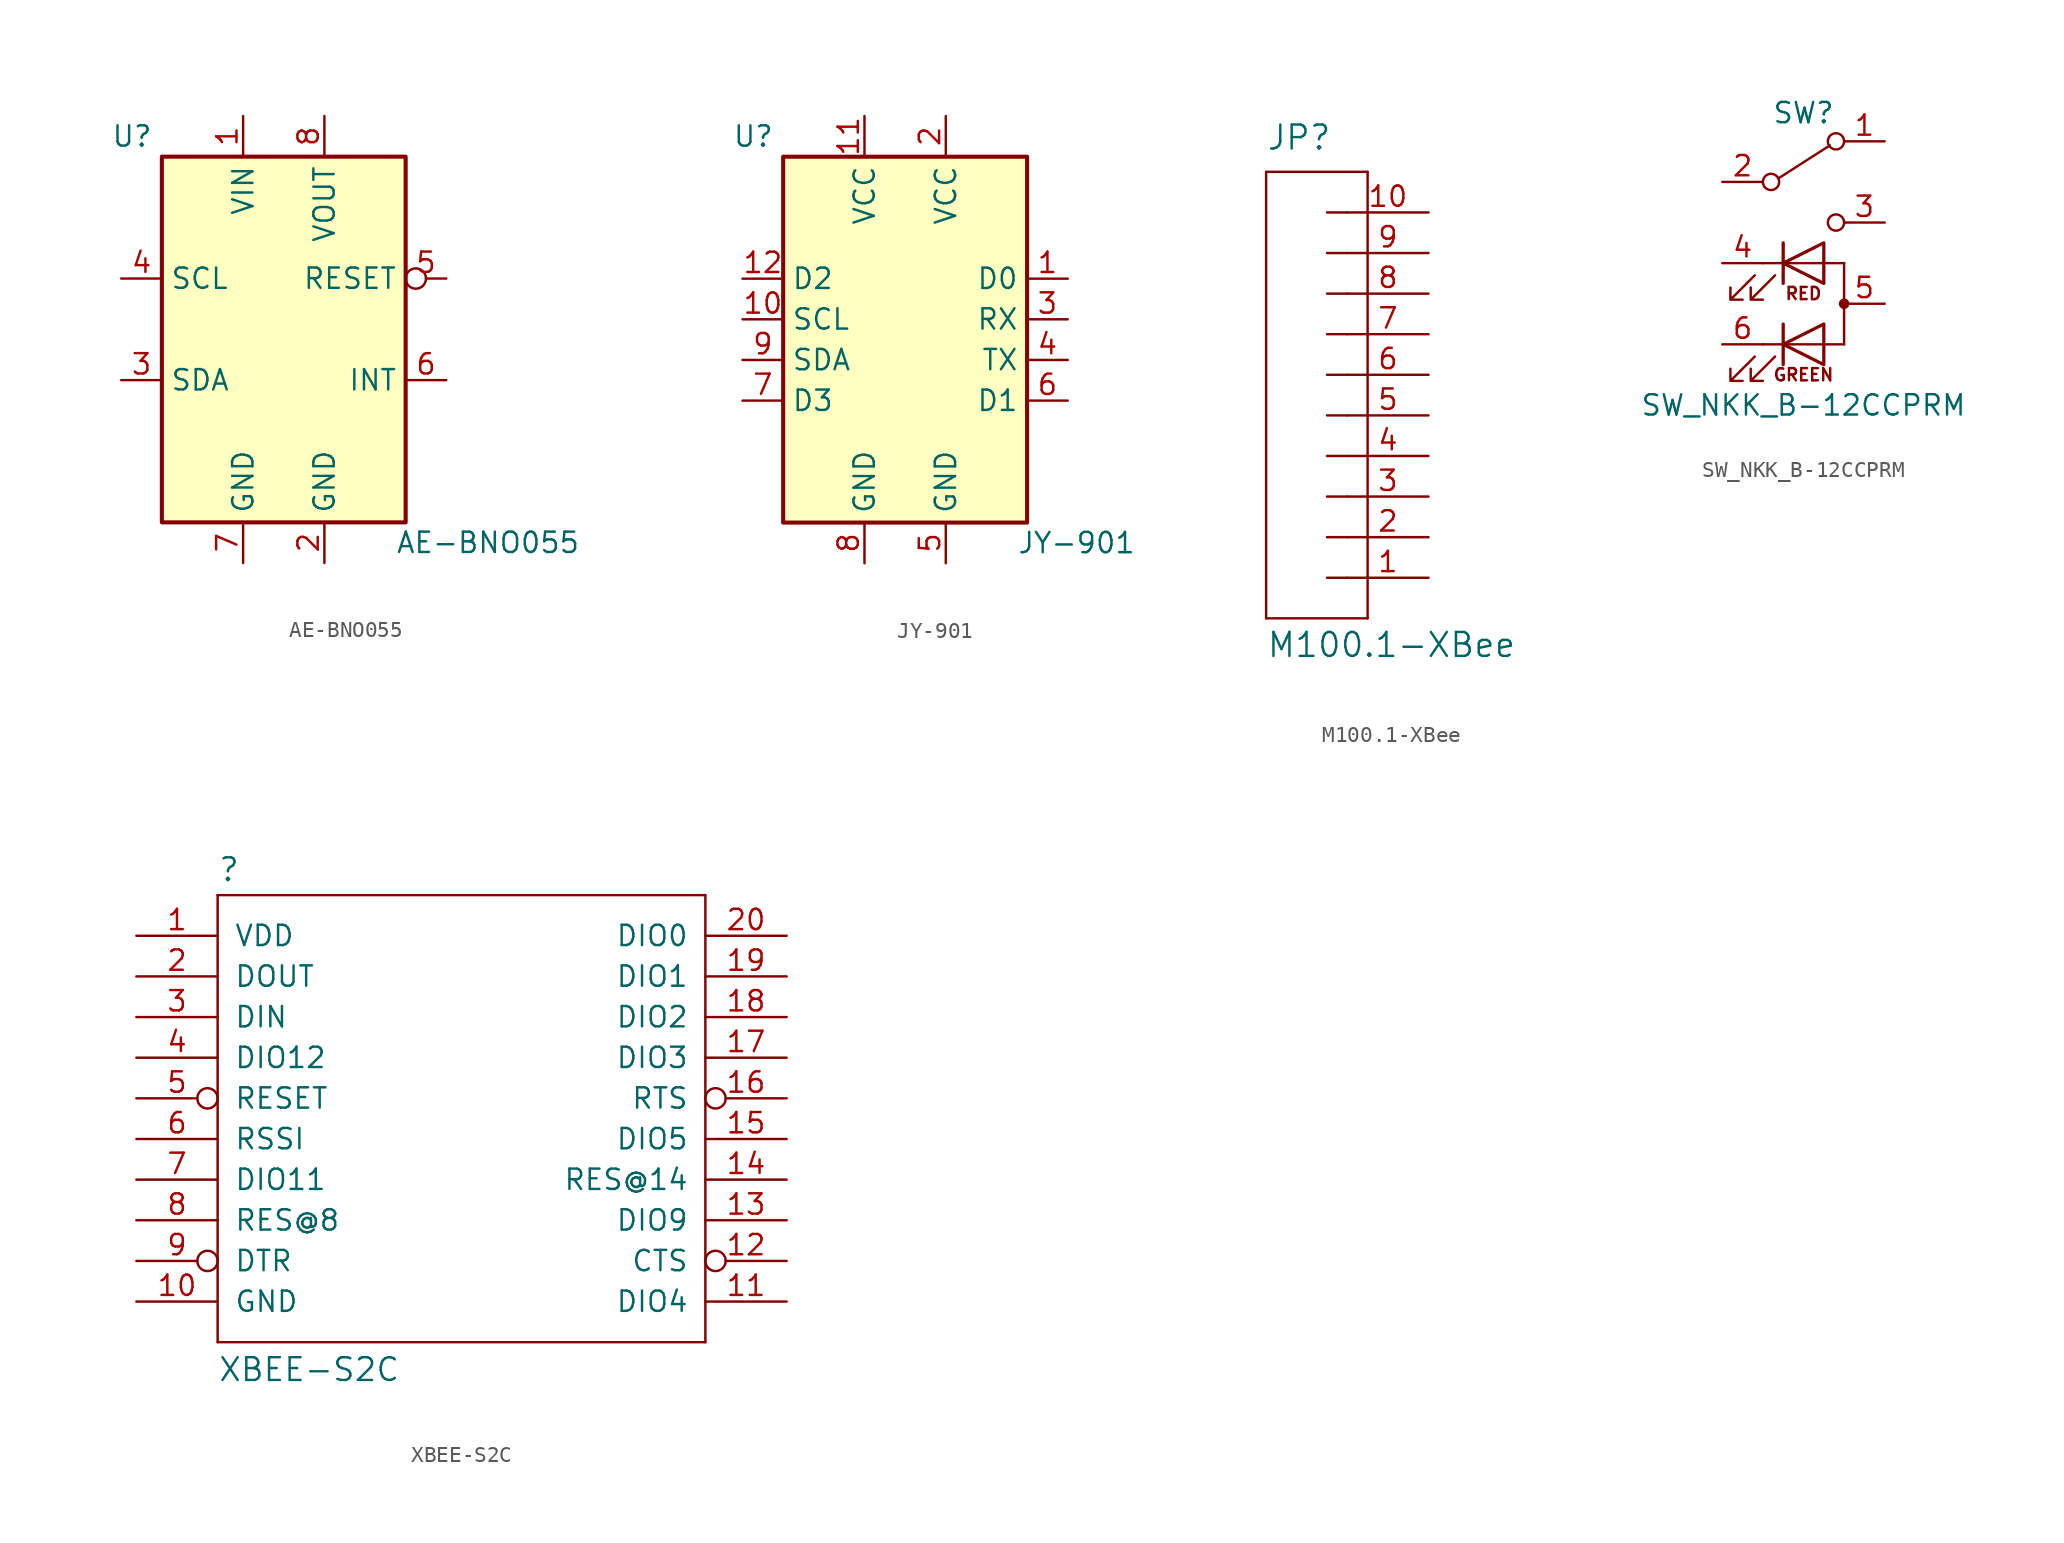
<source format=kicad_sym>
(kicad_symbol_lib
  (version 20211014)
  (generator kicad_symbol_editor)
  (symbol "AE-BNO055"
    (property "Reference" "U"
      (at -10.795 11.43 0)
      (effects (font (size 1.27 1.27)) (justify left)))
    (property "Value" "AE-BNO055"
      (at 6.985 -13.97 0)
      (effects (font (size 1.27 1.27)) (justify left)))
    (symbol "AE-BNO055_0_1"
      (rectangle (start 7.62 10.16) (end -7.62 -12.7) (stroke (width 0.254) (type default) (color 0 0 0 0)) (fill (type background))))
    (symbol "AE-BNO055_1_1"
      (pin power_in line (at -2.54 12.7 270) (length 2.54) (name "VIN" (effects (font (size 1.27 1.27)))) (number "1" (effects (font (size 1.27 1.27)))))
      (pin power_in line (at 2.54 -15.24 90) (length 2.54) (name "GND" (effects (font (size 1.27 1.27)))) (number "2" (effects (font (size 1.27 1.27)))))
      (pin passive line (at -10.16 -3.81 0) (length 2.54) (name "SDA" (effects (font (size 1.27 1.27)))) (number "3" (effects (font (size 1.27 1.27)))))
      (pin passive line (at -10.16 2.54 0) (length 2.54) (name "SCL" (effects (font (size 1.27 1.27)))) (number "4" (effects (font (size 1.27 1.27)))))
      (pin input inverted (at 10.16 2.54 180) (length 2.54) (name "RESET" (effects (font (size 1.27 1.27)))) (number "5" (effects (font (size 1.27 1.27)))))
      (pin open_collector line (at 10.16 -3.81 180) (length 2.54) (name "INT" (effects (font (size 1.27 1.27)))) (number "6" (effects (font (size 1.27 1.27)))))
      (pin input line (at -2.54 -15.24 90) (length 2.54) (name "GND" (effects (font (size 1.27 1.27)))) (number "7" (effects (font (size 1.27 1.27)))))
      (pin output line (at 2.54 12.7 270) (length 2.54) (name "VOUT" (effects (font (size 1.27 1.27)))) (number "8" (effects (font (size 1.27 1.27)))))))
  (symbol "JY-901"
    (property "Reference" "U"
      (at -10.795 11.43 0)
      (effects (font (size 1.27 1.27)) (justify left)))
    (property "Value" "JY-901"
      (at 6.985 -13.97 0)
      (effects (font (size 1.27 1.27)) (justify left)))
    (symbol "JY-901_0_1"
      (rectangle (start 7.62 10.16) (end -7.62 -12.7) (stroke (width 0.254) (type default) (color 0 0 0 0)) (fill (type background))))
    (symbol "JY-901_1_1"
      (pin passive line (at 10.16 2.54 180) (length 2.54) (name "D0" (effects (font (size 1.27 1.27)))) (number "1" (effects (font (size 1.27 1.27)))))
      (pin passive line (at -10.16 0 0) (length 2.54) (name "SCL" (effects (font (size 1.27 1.27)))) (number "10" (effects (font (size 1.27 1.27)))))
      (pin power_in line (at -2.54 12.7 270) (length 2.54) (name "VCC" (effects (font (size 1.27 1.27)))) (number "11" (effects (font (size 1.27 1.27)))))
      (pin passive line (at -10.16 2.54 0) (length 2.54) (name "D2" (effects (font (size 1.27 1.27)))) (number "12" (effects (font (size 1.27 1.27)))))
      (pin power_in line (at 2.54 12.7 270) (length 2.54) (name "VCC" (effects (font (size 1.27 1.27)))) (number "2" (effects (font (size 1.27 1.27)))))
      (pin input line (at 10.16 0 180) (length 2.54) (name "RX" (effects (font (size 1.27 1.27)))) (number "3" (effects (font (size 1.27 1.27)))))
      (pin output line (at 10.16 -2.54 180) (length 2.54) (name "TX" (effects (font (size 1.27 1.27)))) (number "4" (effects (font (size 1.27 1.27)))))
      (pin power_in line (at 2.54 -15.24 90) (length 2.54) (name "GND" (effects (font (size 1.27 1.27)))) (number "5" (effects (font (size 1.27 1.27)))))
      (pin passive line (at 10.16 -5.08 180) (length 2.54) (name "D1" (effects (font (size 1.27 1.27)))) (number "6" (effects (font (size 1.27 1.27)))))
      (pin passive line (at -10.16 -5.08 0) (length 2.54) (name "D3" (effects (font (size 1.27 1.27)))) (number "7" (effects (font (size 1.27 1.27)))))
      (pin power_in line (at -2.54 -15.24 90) (length 2.54) (name "GND" (effects (font (size 1.27 1.27)))) (number "8" (effects (font (size 1.27 1.27)))))
      (pin passive line (at -10.16 -2.54 0) (length 2.54) (name "SDA" (effects (font (size 1.27 1.27)))) (number "9" (effects (font (size 1.27 1.27)))))))
  (symbol "M100.1-XBee"
    (pin_names
      (offset 1.016))
    (property "Reference" "JP"
      (at 0 8.89 0)
      (effects (font (size 1.499 1.499)) (justify left bottom)))
    (property "Value" "M100.1-XBee"
      (at 0 -22.86 0)
      (effects (font (size 1.499 1.499)) (justify left bottom)))
    (property "ki_locked" ""
      (at 0 0 0)
      (effects (font (size 1.27 1.27))))
    (symbol "M100.1-XBee_1_0"
      (polyline (pts (xy 0 7.62) (xy 0 -20.32)) (stroke (width 0) (type default) (color 0 0 0 0)) (fill (type none)))
      (polyline (pts (xy 0 7.62) (xy 6.35 7.62)) (stroke (width 0) (type default) (color 0 0 0 0)) (fill (type none)))
      (polyline (pts (xy 3.81 -17.78) (xy 5.08 -17.78)) (stroke (width 0) (type default) (color 0 0 0 0)) (fill (type none)))
      (polyline (pts (xy 3.81 -15.24) (xy 5.08 -15.24)) (stroke (width 0) (type default) (color 0 0 0 0)) (fill (type none)))
      (polyline (pts (xy 3.81 -12.7) (xy 5.08 -12.7)) (stroke (width 0) (type default) (color 0 0 0 0)) (fill (type none)))
      (polyline (pts (xy 3.81 -10.16) (xy 5.08 -10.16)) (stroke (width 0) (type default) (color 0 0 0 0)) (fill (type none)))
      (polyline (pts (xy 3.81 -7.62) (xy 5.08 -7.62)) (stroke (width 0) (type default) (color 0 0 0 0)) (fill (type none)))
      (polyline (pts (xy 3.81 -5.08) (xy 5.08 -5.08)) (stroke (width 0) (type default) (color 0 0 0 0)) (fill (type none)))
      (polyline (pts (xy 3.81 -2.54) (xy 5.08 -2.54)) (stroke (width 0) (type default) (color 0 0 0 0)) (fill (type none)))
      (polyline (pts (xy 3.81 0) (xy 5.08 0)) (stroke (width 0) (type default) (color 0 0 0 0)) (fill (type none)))
      (polyline (pts (xy 3.81 2.54) (xy 5.08 2.54)) (stroke (width 0) (type default) (color 0 0 0 0)) (fill (type none)))
      (polyline (pts (xy 3.81 5.08) (xy 5.08 5.08)) (stroke (width 0) (type default) (color 0 0 0 0)) (fill (type none)))
      (polyline (pts (xy 6.35 -20.32) (xy 0 -20.32)) (stroke (width 0) (type default) (color 0 0 0 0)) (fill (type none)))
      (polyline (pts (xy 6.35 -20.32) (xy 6.35 7.62)) (stroke (width 0) (type default) (color 0 0 0 0)) (fill (type none)))
      (pin passive line (at 10.16 -17.78 180) (length 5.08) (name "1" (effects (font (size 0 0)))) (number "1" (effects (font (size 1.27 1.27)))))
      (pin passive line (at 10.16 5.08 180) (length 5.08) (name "10" (effects (font (size 0 0)))) (number "10" (effects (font (size 1.27 1.27)))))
      (pin passive line (at 10.16 -15.24 180) (length 5.08) (name "2" (effects (font (size 0 0)))) (number "2" (effects (font (size 1.27 1.27)))))
      (pin passive line (at 10.16 -12.7 180) (length 5.08) (name "3" (effects (font (size 0 0)))) (number "3" (effects (font (size 1.27 1.27)))))
      (pin passive line (at 10.16 -10.16 180) (length 5.08) (name "4" (effects (font (size 0 0)))) (number "4" (effects (font (size 1.27 1.27)))))
      (pin passive line (at 10.16 -7.62 180) (length 5.08) (name "5" (effects (font (size 0 0)))) (number "5" (effects (font (size 1.27 1.27)))))
      (pin passive line (at 10.16 -5.08 180) (length 5.08) (name "6" (effects (font (size 0 0)))) (number "6" (effects (font (size 1.27 1.27)))))
      (pin passive line (at 10.16 -2.54 180) (length 5.08) (name "7" (effects (font (size 0 0)))) (number "7" (effects (font (size 1.27 1.27)))))
      (pin passive line (at 10.16 0 180) (length 5.08) (name "8" (effects (font (size 0 0)))) (number "8" (effects (font (size 1.27 1.27)))))
      (pin passive line (at 10.16 2.54 180) (length 5.08) (name "9" (effects (font (size 0 0)))) (number "9" (effects (font (size 1.27 1.27)))))))
  (symbol "SW_NKK_B-12CCPRM"
    (pin_names
      (offset 1.016) hide)
    (property "Reference" "SW"
      (at 0 9.398 0)
      (effects (font (size 1.27 1.27))))
    (property "Value" "SW_NKK_B-12CCPRM"
      (at 0 -8.89 0)
      (effects (font (size 1.27 1.27))))
    (symbol "SW_NKK_B-12CCPRM_0_0"
      (circle (center -2.032 5.08) (radius 0.508) (stroke (width 0) (type default) (color 0 0 0 0)) (fill (type none)))
      (polyline (pts (xy -2.54 -5.08) (xy 2.54 -5.08)) (stroke (width 0) (type default) (color 0 0 0 0)) (fill (type none)))
      (polyline (pts (xy -2.54 0) (xy 2.54 0)) (stroke (width 0) (type default) (color 0 0 0 0)) (fill (type none)))
      (circle (center 2.032 2.54) (radius 0.508) (stroke (width 0) (type default) (color 0 0 0 0)) (fill (type none)))
      (text "GREEN" (at 0 -6.985 0) (effects (font (size 0.762 0.762))))
      (text "RED" (at 0 -1.905 0) (effects (font (size 0.762 0.762)))))
    (symbol "SW_NKK_B-12CCPRM_0_1"
      (polyline (pts (xy -1.524 5.334) (xy 1.651 7.366)) (stroke (width 0) (type default) (color 0 0 0 0)) (fill (type none)))
      (polyline (pts (xy -1.27 -6.35) (xy -1.27 -3.81)) (stroke (width 0.203) (type default) (color 0 0 0 0)) (fill (type none)))
      (polyline (pts (xy -1.27 -1.27) (xy -1.27 1.27)) (stroke (width 0.203) (type default) (color 0 0 0 0)) (fill (type none)))
      (polyline (pts (xy 2.54 0) (xy 2.54 -5.08)) (stroke (width 0) (type default) (color 0 0 0 0)) (fill (type none)))
      (polyline (pts (xy 1.27 -6.35) (xy 1.27 -3.81) (xy -1.27 -5.08) (xy 1.27 -6.35)) (stroke (width 0.203) (type default) (color 0 0 0 0)) (fill (type none)))
      (polyline (pts (xy 1.27 -1.27) (xy 1.27 1.27) (xy -1.27 0) (xy 1.27 -1.27)) (stroke (width 0.203) (type default) (color 0 0 0 0)) (fill (type none)))
      (polyline (pts (xy -3.048 -5.842) (xy -4.572 -7.366) (xy -3.81 -7.366) (xy -4.572 -7.366) (xy -4.572 -6.604)) (stroke (width 0) (type default) (color 0 0 0 0)) (fill (type none)))
      (polyline (pts (xy -3.048 -0.762) (xy -4.572 -2.286) (xy -3.81 -2.286) (xy -4.572 -2.286) (xy -4.572 -1.524)) (stroke (width 0) (type default) (color 0 0 0 0)) (fill (type none)))
      (polyline (pts (xy -1.778 -5.842) (xy -3.302 -7.366) (xy -2.54 -7.366) (xy -3.302 -7.366) (xy -3.302 -6.604)) (stroke (width 0) (type default) (color 0 0 0 0)) (fill (type none)))
      (polyline (pts (xy -1.778 -0.762) (xy -3.302 -2.286) (xy -2.54 -2.286) (xy -3.302 -2.286) (xy -3.302 -1.524)) (stroke (width 0) (type default) (color 0 0 0 0)) (fill (type none)))
      (circle (center 2.032 7.62) (radius 0.508) (stroke (width 0) (type default) (color 0 0 0 0)) (fill (type none)))
      (circle (center 2.54 -2.54) (radius 0.254) (stroke (width 0) (type default) (color 0 0 0 0)) (fill (type outline)))
      (pin passive line (at -5.08 0 0) (length 2.54) (name "KR" (effects (font (size 1.27 1.27)))) (number "4" (effects (font (size 1.27 1.27)))))
      (pin passive line (at 5.08 -2.54 180) (length 2.54) (name "A" (effects (font (size 1.27 1.27)))) (number "5" (effects (font (size 1.27 1.27)))))
      (pin passive line (at -5.08 -5.08 0) (length 2.54) (name "KG" (effects (font (size 1.27 1.27)))) (number "6" (effects (font (size 1.27 1.27))))))
    (symbol "SW_NKK_B-12CCPRM_1_1"
      (pin passive line (at 5.08 7.62 180) (length 2.54) (name "A" (effects (font (size 1.27 1.27)))) (number "1" (effects (font (size 1.27 1.27)))))
      (pin passive line (at -5.08 5.08 0) (length 2.54) (name "B" (effects (font (size 1.27 1.27)))) (number "2" (effects (font (size 1.27 1.27)))))
      (pin passive line (at 5.08 2.54 180) (length 2.54) (name "C" (effects (font (size 1.27 1.27)))) (number "3" (effects (font (size 1.27 1.27)))))))
  (symbol "XBEE-S2C"
    (pin_names
      (offset 1.016))
    (property "Reference" ""
      (at -15.24 13.462 0)
      (effects (font (size 1.422 1.422)) (justify left bottom)))
    (property "Value" "XBEE-S2C"
      (at -15.24 -17.78 0)
      (effects (font (size 1.422 1.422)) (justify left bottom)))
    (property "ki_locked" ""
      (at 0 0 0)
      (effects (font (size 1.27 1.27))))
    (symbol "XBEE-S2C_1_0"
      (polyline (pts (xy -15.24 -15.24) (xy -15.24 12.7)) (stroke (width 0) (type default) (color 0 0 0 0)) (fill (type none)))
      (polyline (pts (xy -15.24 12.7) (xy 15.24 12.7)) (stroke (width 0) (type default) (color 0 0 0 0)) (fill (type none)))
      (polyline (pts (xy 15.24 -15.24) (xy -15.24 -15.24)) (stroke (width 0) (type default) (color 0 0 0 0)) (fill (type none)))
      (polyline (pts (xy 15.24 12.7) (xy 15.24 -15.24)) (stroke (width 0) (type default) (color 0 0 0 0)) (fill (type none)))
      (pin power_in line (at -20.32 10.16 0) (length 5.08) (name "VDD" (effects (font (size 1.27 1.27)))) (number "1" (effects (font (size 1.27 1.27)))))
      (pin power_in line (at -20.32 -12.7 0) (length 5.08) (name "GND" (effects (font (size 1.27 1.27)))) (number "10" (effects (font (size 1.27 1.27)))))
      (pin bidirectional line (at 20.32 -12.7 180) (length 5.08) (name "DIO4" (effects (font (size 1.27 1.27)))) (number "11" (effects (font (size 1.27 1.27)))))
      (pin output inverted (at 20.32 -10.16 180) (length 5.08) (name "CTS" (effects (font (size 1.27 1.27)))) (number "12" (effects (font (size 1.27 1.27)))))
      (pin bidirectional line (at 20.32 -7.62 180) (length 5.08) (name "DIO9" (effects (font (size 1.27 1.27)))) (number "13" (effects (font (size 1.27 1.27)))))
      (pin bidirectional line (at 20.32 -5.08 180) (length 5.08) (name "RES@14" (effects (font (size 1.27 1.27)))) (number "14" (effects (font (size 1.27 1.27)))))
      (pin bidirectional line (at 20.32 -2.54 180) (length 5.08) (name "DIO5" (effects (font (size 1.27 1.27)))) (number "15" (effects (font (size 1.27 1.27)))))
      (pin input inverted (at 20.32 0 180) (length 5.08) (name "RTS" (effects (font (size 1.27 1.27)))) (number "16" (effects (font (size 1.27 1.27)))))
      (pin bidirectional line (at 20.32 2.54 180) (length 5.08) (name "DIO3" (effects (font (size 1.27 1.27)))) (number "17" (effects (font (size 1.27 1.27)))))
      (pin bidirectional line (at 20.32 5.08 180) (length 5.08) (name "DIO2" (effects (font (size 1.27 1.27)))) (number "18" (effects (font (size 1.27 1.27)))))
      (pin bidirectional line (at 20.32 7.62 180) (length 5.08) (name "DIO1" (effects (font (size 1.27 1.27)))) (number "19" (effects (font (size 1.27 1.27)))))
      (pin output line (at -20.32 7.62 0) (length 5.08) (name "DOUT" (effects (font (size 1.27 1.27)))) (number "2" (effects (font (size 1.27 1.27)))))
      (pin bidirectional line (at 20.32 10.16 180) (length 5.08) (name "DIO0" (effects (font (size 1.27 1.27)))) (number "20" (effects (font (size 1.27 1.27)))))
      (pin input line (at -20.32 5.08 0) (length 5.08) (name "DIN" (effects (font (size 1.27 1.27)))) (number "3" (effects (font (size 1.27 1.27)))))
      (pin bidirectional line (at -20.32 2.54 0) (length 5.08) (name "DIO12" (effects (font (size 1.27 1.27)))) (number "4" (effects (font (size 1.27 1.27)))))
      (pin input inverted (at -20.32 0 0) (length 5.08) (name "RESET" (effects (font (size 1.27 1.27)))) (number "5" (effects (font (size 1.27 1.27)))))
      (pin bidirectional line (at -20.32 -2.54 0) (length 5.08) (name "RSSI" (effects (font (size 1.27 1.27)))) (number "6" (effects (font (size 1.27 1.27)))))
      (pin bidirectional line (at -20.32 -5.08 0) (length 5.08) (name "DIO11" (effects (font (size 1.27 1.27)))) (number "7" (effects (font (size 1.27 1.27)))))
      (pin bidirectional line (at -20.32 -7.62 0) (length 5.08) (name "RES@8" (effects (font (size 1.27 1.27)))) (number "8" (effects (font (size 1.27 1.27)))))
      (pin bidirectional inverted (at -20.32 -10.16 0) (length 5.08) (name "DTR" (effects (font (size 1.27 1.27)))) (number "9" (effects (font (size 1.27 1.27))))))))
</source>
